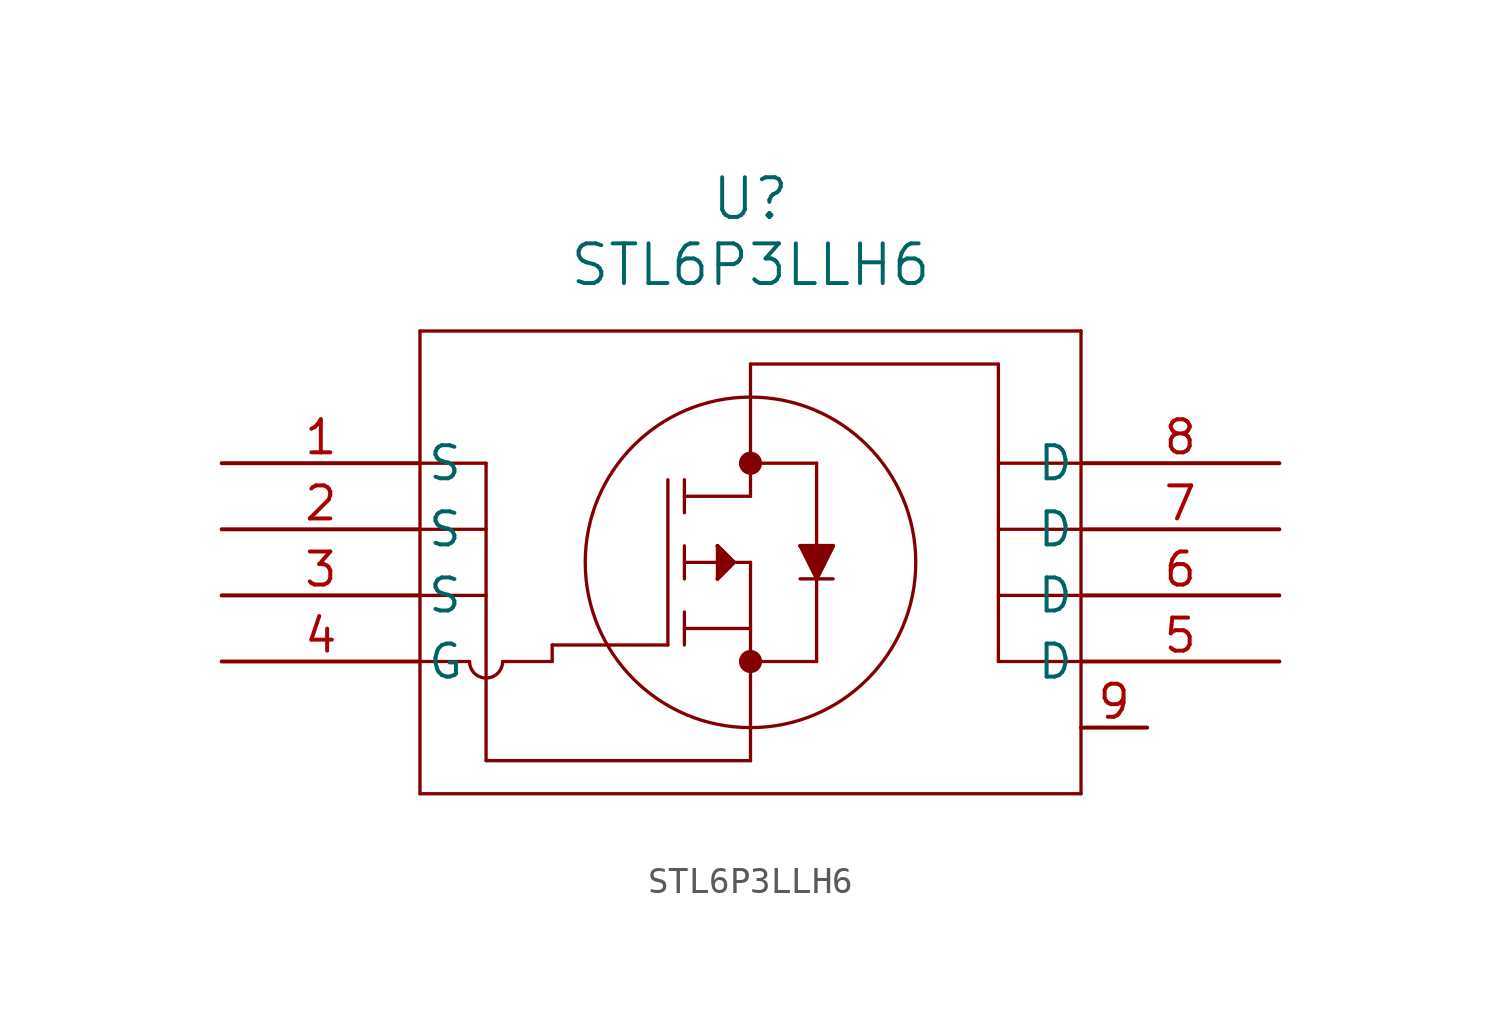
<source format=kicad_sym>
(kicad_symbol_lib
  (version 20231120)
  (generator "kicad_symbol_editor")
  (generator_version "8.0")
  (symbol "STL6P3LLH6"
    (pin_names
      (offset 0.254))
    (property "Reference" "U"
      (at 20.32 10.16 0)
      (effects (font (size 1.524 1.524))))
    (property "Value" "STL6P3LLH6"
      (at 20.32 7.62 0)
      (effects (font (size 1.524 1.524))))
    (property "ki_locked" ""
      (at 0 0 0)
      (effects (font (size 1.27 1.27))))
    (symbol "STL6P3LLH6_0_1"
      (polyline (pts (xy 7.62 -12.7) (xy 33.02 -12.7)) (stroke (width 0.127) (type default)) (fill (type none)))
      (polyline (pts (xy 7.62 -7.62) (xy 9.525 -7.62)) (stroke (width 0.127) (type default)) (fill (type none)))
      (polyline (pts (xy 7.62 -5.08) (xy 10.16 -5.08)) (stroke (width 0.127) (type default)) (fill (type none)))
      (polyline (pts (xy 7.62 -2.54) (xy 10.16 -2.54)) (stroke (width 0.127) (type default)) (fill (type none)))
      (polyline (pts (xy 7.62 0) (xy 10.16 0)) (stroke (width 0.127) (type default)) (fill (type none)))
      (polyline (pts (xy 7.62 5.08) (xy 7.62 -12.7)) (stroke (width 0.127) (type default)) (fill (type none)))
      (polyline (pts (xy 10.16 -11.43) (xy 20.32 -11.43)) (stroke (width 0.127) (type default)) (fill (type none)))
      (polyline (pts (xy 10.16 0) (xy 10.16 -11.43)) (stroke (width 0.127) (type default)) (fill (type none)))
      (polyline (pts (xy 10.795 -7.62) (xy 12.7 -7.62)) (stroke (width 0.127) (type default)) (fill (type none)))
      (polyline (pts (xy 12.7 -7.62) (xy 12.7 -6.985)) (stroke (width 0.127) (type default)) (fill (type none)))
      (polyline (pts (xy 17.145 -6.985) (xy 12.7 -6.985)) (stroke (width 0.127) (type default)) (fill (type none)))
      (polyline (pts (xy 17.145 -6.985) (xy 17.145 -0.635)) (stroke (width 0.127) (type default)) (fill (type none)))
      (polyline (pts (xy 17.78 -6.35) (xy 20.32 -6.35)) (stroke (width 0.127) (type default)) (fill (type none)))
      (polyline (pts (xy 17.78 -5.715) (xy 17.78 -6.985)) (stroke (width 0.127) (type default)) (fill (type none)))
      (polyline (pts (xy 17.78 -3.175) (xy 17.78 -4.445)) (stroke (width 0.127) (type default)) (fill (type none)))
      (polyline (pts (xy 17.78 -1.27) (xy 20.32 -1.27)) (stroke (width 0.127) (type default)) (fill (type none)))
      (polyline (pts (xy 17.78 -0.635) (xy 17.78 -1.905)) (stroke (width 0.127) (type default)) (fill (type none)))
      (polyline (pts (xy 19.05 -3.175) (xy 19.05 -4.445)) (stroke (width 0.127) (type default)) (fill (type none)))
      (polyline (pts (xy 19.685 -3.81) (xy 19.05 -4.445)) (stroke (width 0.127) (type default)) (fill (type none)))
      (polyline (pts (xy 19.685 -3.81) (xy 19.05 -3.175)) (stroke (width 0.127) (type default)) (fill (type none)))
      (polyline (pts (xy 20.32 -11.43) (xy 20.32 -3.81)) (stroke (width 0.127) (type default)) (fill (type none)))
      (polyline (pts (xy 20.32 -7.62) (xy 22.86 -7.62)) (stroke (width 0.127) (type default)) (fill (type none)))
      (polyline (pts (xy 20.32 -3.81) (xy 17.78 -3.81)) (stroke (width 0.127) (type default)) (fill (type none)))
      (polyline (pts (xy 20.32 -1.27) (xy 20.32 3.81)) (stroke (width 0.127) (type default)) (fill (type none)))
      (polyline (pts (xy 20.32 0) (xy 22.86 0)) (stroke (width 0.127) (type default)) (fill (type none)))
      (polyline (pts (xy 20.32 3.81) (xy 29.845 3.81)) (stroke (width 0.127) (type default)) (fill (type none)))
      (polyline (pts (xy 22.86 -7.62) (xy 22.86 0)) (stroke (width 0.127) (type default)) (fill (type none)))
      (polyline (pts (xy 22.86 -4.445) (xy 22.225 -3.175)) (stroke (width 0.127) (type default)) (fill (type none)))
      (polyline (pts (xy 23.495 -4.445) (xy 22.225 -4.445)) (stroke (width 0.127) (type default)) (fill (type none)))
      (polyline (pts (xy 23.495 -3.175) (xy 22.225 -3.175)) (stroke (width 0.127) (type default)) (fill (type none)))
      (polyline (pts (xy 23.495 -3.175) (xy 22.86 -4.445)) (stroke (width 0.127) (type default)) (fill (type none)))
      (polyline (pts (xy 29.845 -7.62) (xy 29.845 3.81)) (stroke (width 0.127) (type default)) (fill (type none)))
      (polyline (pts (xy 29.845 -5.08) (xy 33.02 -5.08)) (stroke (width 0.127) (type default)) (fill (type none)))
      (polyline (pts (xy 29.845 -2.54) (xy 33.02 -2.54)) (stroke (width 0.127) (type default)) (fill (type none)))
      (polyline (pts (xy 29.845 0) (xy 33.02 0)) (stroke (width 0.127) (type default)) (fill (type none)))
      (polyline (pts (xy 33.02 -12.7) (xy 33.02 5.08)) (stroke (width 0.127) (type default)) (fill (type none)))
      (polyline (pts (xy 33.02 -7.62) (xy 29.845 -7.62)) (stroke (width 0.127) (type default)) (fill (type none)))
      (polyline (pts (xy 33.02 5.08) (xy 7.62 5.08)) (stroke (width 0.127) (type default)) (fill (type none)))
      (polyline (pts (xy 19.05 -3.175) (xy 19.685 -3.81) (xy 19.05 -4.445)) (stroke (width 0) (type default)) (fill (type outline)))
      (polyline (pts (xy 22.225 -3.175) (xy 23.495 -3.175) (xy 22.86 -4.445)) (stroke (width 0) (type default)) (fill (type outline)))
      (arc (start 9.525 -7.62) (mid 10.16 -8.2522) (end 10.795 -7.62) (stroke (width 0.127) (type default)) (fill (type none)))
      (circle (center 20.32 -7.62) (radius 0.254) (stroke (width 0.381) (type default)) (fill (type none)))
      (circle (center 20.32 -3.81) (radius 6.35) (stroke (width 0.127) (type default)) (fill (type none)))
      (circle (center 20.32 0) (radius 0.254) (stroke (width 0.381) (type default)) (fill (type none)))
      (pin unspecified line (at 0 0 0) (length 7.62) (name "S" (effects (font (size 1.27 1.27)))) (number "1" (effects (font (size 1.27 1.27)))))
      (pin unspecified line (at 0 -2.54 0) (length 7.62) (name "S" (effects (font (size 1.27 1.27)))) (number "2" (effects (font (size 1.27 1.27)))))
      (pin unspecified line (at 0 -5.08 0) (length 7.62) (name "S" (effects (font (size 1.27 1.27)))) (number "3" (effects (font (size 1.27 1.27)))))
      (pin unspecified line (at 0 -7.62 0) (length 7.62) (name "G" (effects (font (size 1.27 1.27)))) (number "4" (effects (font (size 1.27 1.27)))))
      (pin unspecified line (at 40.64 -7.62 180) (length 7.62) (name "D" (effects (font (size 1.27 1.27)))) (number "5" (effects (font (size 1.27 1.27)))))
      (pin unspecified line (at 40.64 -5.08 180) (length 7.62) (name "D" (effects (font (size 1.27 1.27)))) (number "6" (effects (font (size 1.27 1.27)))))
      (pin unspecified line (at 40.64 -2.54 180) (length 7.62) (name "D" (effects (font (size 1.27 1.27)))) (number "7" (effects (font (size 1.27 1.27)))))
      (pin unspecified line (at 40.64 0 180) (length 7.62) (name "D" (effects (font (size 1.27 1.27)))) (number "8" (effects (font (size 1.27 1.27))))))
    (symbol "STL6P3LLH6_1_1"
      (pin power_out line (at 35.56 -10.16 180) (length 2.54) (name "" (effects (font (size 1.27 1.27)))) (number "9" (effects (font (size 1.27 1.27))))))))
</source>
